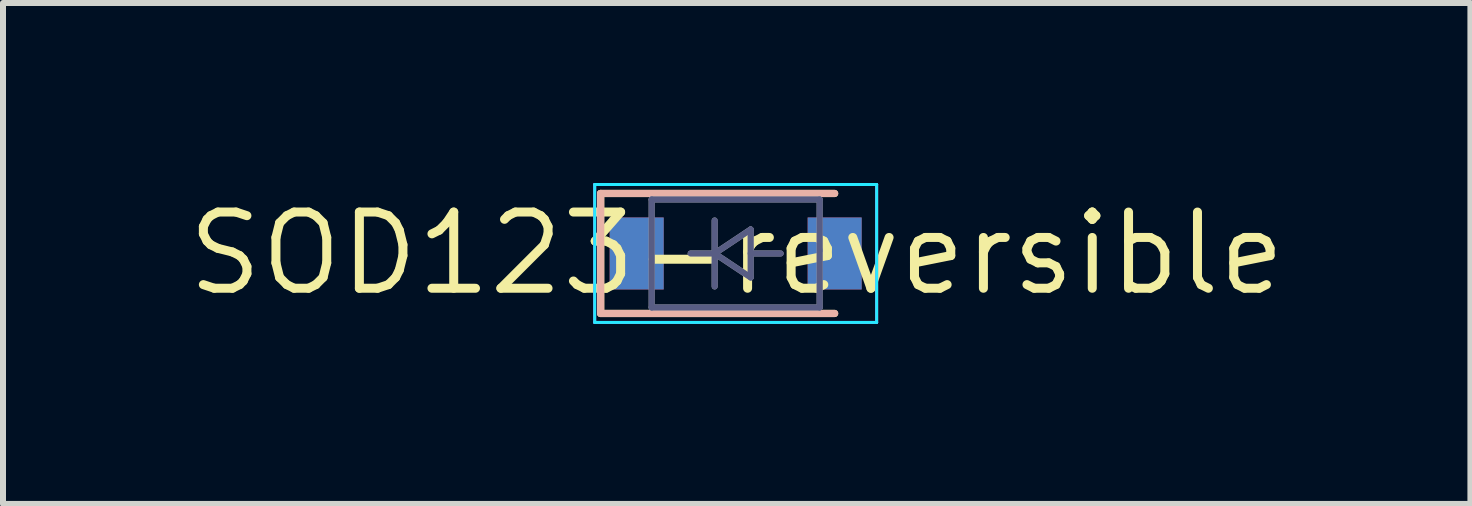
<source format=kicad_pcb>
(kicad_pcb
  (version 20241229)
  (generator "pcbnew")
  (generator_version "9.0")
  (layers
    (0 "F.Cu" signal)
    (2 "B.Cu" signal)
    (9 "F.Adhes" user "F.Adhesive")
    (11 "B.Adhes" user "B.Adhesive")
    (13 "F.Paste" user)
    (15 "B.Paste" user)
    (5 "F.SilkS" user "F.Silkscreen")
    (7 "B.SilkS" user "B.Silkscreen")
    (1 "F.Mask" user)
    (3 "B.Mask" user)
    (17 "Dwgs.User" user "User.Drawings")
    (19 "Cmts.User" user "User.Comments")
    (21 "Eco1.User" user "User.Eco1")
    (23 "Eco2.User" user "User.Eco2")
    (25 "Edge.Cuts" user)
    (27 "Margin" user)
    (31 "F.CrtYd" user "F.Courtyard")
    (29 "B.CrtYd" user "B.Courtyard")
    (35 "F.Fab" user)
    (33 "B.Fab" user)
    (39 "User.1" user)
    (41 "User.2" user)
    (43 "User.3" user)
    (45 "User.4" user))
  (footprint "SOD123-reversible"
    (layer "F.Cu")
    (at 9.23 1.175)
    (property "Reference" "SOD123-reversible" (at 0 0 0) (layer "F.SilkS") (effects (font (size 1.27 1.27) (thickness 0.15))))
    (attr through_hole)
    (fp_line (start -2.268 -1) (end -2.268 1) (stroke (width 0.12) (type solid)) (layer "F.SilkS"))
    (fp_line (start -2.268 -1) (end 1.632 -1) (stroke (width 0.12) (type solid)) (layer "F.SilkS"))
    (fp_line (start -2.268 1) (end 1.632 1) (stroke (width 0.12) (type solid)) (layer "F.SilkS"))
    (fp_line (start -2.267 -1) (end 1.633 -1) (stroke (width 0.12) (type solid)) (layer "B.SilkS"))
    (fp_line (start -2.267 1) (end -2.267 -1) (stroke (width 0.12) (type solid)) (layer "B.SilkS"))
    (fp_line (start -2.267 1) (end 1.633 1) (stroke (width 0.12) (type solid)) (layer "B.SilkS"))
    (fp_line (start -2.367 1.15) (end -2.367 -1.15) (stroke (width 0.05) (type solid)) (layer "B.CrtYd"))
    (fp_line (start -2.367 1.15) (end 2.333 1.15) (stroke (width 0.05) (type solid)) (layer "B.CrtYd"))
    (fp_line (start 2.333 -1.15) (end -2.367 -1.15) (stroke (width 0.05) (type solid)) (layer "B.CrtYd"))
    (fp_line (start 2.333 1.15) (end 2.333 -1.15) (stroke (width 0.05) (type solid)) (layer "B.CrtYd"))
    (fp_line (start -2.368 -1.15) (end -2.368 1.15) (stroke (width 0.05) (type solid)) (layer "F.CrtYd"))
    (fp_line (start -2.368 -1.15) (end 2.332 -1.15) (stroke (width 0.05) (type solid)) (layer "F.CrtYd"))
    (fp_line (start 2.332 -1.15) (end 2.332 1.15) (stroke (width 0.05) (type solid)) (layer "F.CrtYd"))
    (fp_line (start 2.332 1.15) (end -2.368 1.15) (stroke (width 0.05) (type solid)) (layer "F.CrtYd"))
    (fp_line (start -1.417 -0.9) (end -1.417 0.9) (stroke (width 0.1) (type solid)) (layer "B.Fab"))
    (fp_line (start -1.417 0.9) (end 1.383 0.9) (stroke (width 0.1) (type solid)) (layer "B.Fab"))
    (fp_line (start -0.767 0) (end -0.367 0) (stroke (width 0.1) (type solid)) (layer "B.Fab"))
    (fp_line (start -0.367 0) (end -0.367 -0.55) (stroke (width 0.1) (type solid)) (layer "B.Fab"))
    (fp_line (start -0.367 0) (end -0.367 0.55) (stroke (width 0.1) (type solid)) (layer "B.Fab"))
    (fp_line (start -0.367 0) (end 0.233 0.4) (stroke (width 0.1) (type solid)) (layer "B.Fab"))
    (fp_line (start 0.233 -0.4) (end -0.367 0) (stroke (width 0.1) (type solid)) (layer "B.Fab"))
    (fp_line (start 0.233 0) (end 0.733 0) (stroke (width 0.1) (type solid)) (layer "B.Fab"))
    (fp_line (start 0.233 0.4) (end 0.233 -0.4) (stroke (width 0.1) (type solid)) (layer "B.Fab"))
    (fp_line (start 1.383 -0.9) (end -1.417 -0.9) (stroke (width 0.1) (type solid)) (layer "B.Fab"))
    (fp_line (start 1.383 0.9) (end 1.383 -0.9) (stroke (width 0.1) (type solid)) (layer "B.Fab"))
    (fp_line (start -1.418 -0.9) (end 1.382 -0.9) (stroke (width 0.1) (type solid)) (layer "F.Fab"))
    (fp_line (start -1.418 0.9) (end -1.418 -0.9) (stroke (width 0.1) (type solid)) (layer "F.Fab"))
    (fp_line (start -0.768 0.000182) (end -0.368 0.000182) (stroke (width 0.1) (type solid)) (layer "F.Fab"))
    (fp_line (start -0.368 0.000182) (end -0.368 -0.55) (stroke (width 0.1) (type solid)) (layer "F.Fab"))
    (fp_line (start -0.368 0.000182) (end -0.368 0.55) (stroke (width 0.1) (type solid)) (layer "F.Fab"))
    (fp_line (start -0.368 0.000182) (end 0.232 -0.4) (stroke (width 0.1) (type solid)) (layer "F.Fab"))
    (fp_line (start 0.232 -0.4) (end 0.232 0.4) (stroke (width 0.1) (type solid)) (layer "F.Fab"))
    (fp_line (start 0.232 0.000182) (end 0.732 0.000182) (stroke (width 0.1) (type solid)) (layer "F.Fab"))
    (fp_line (start 0.232 0.4) (end -0.368 0.000182) (stroke (width 0.1) (type solid)) (layer "F.Fab"))
    (fp_line (start 1.382 -0.9) (end 1.382 0.9) (stroke (width 0.1) (type solid)) (layer "F.Fab"))
    (fp_line (start 1.382 0.9) (end -1.418 0.9) (stroke (width 0.1) (type solid)) (layer "F.Fab"))
    (pad "1" smd rect (at -1.668 0.000182) (size 0.9 1.2) (layers "F.Cu" "F.Mask" "F.Paste"))
    (pad "1" smd rect (at -1.667 0 180) (size 0.9 1.2) (layers "B.Cu" "B.Mask" "B.Paste"))
    (pad "2" smd rect (at 1.632 0.000182) (size 0.9 1.2) (layers "F.Cu" "F.Mask" "F.Paste"))
    (pad "2" smd rect (at 1.633 0 180) (size 0.9 1.2) (layers "B.Cu" "B.Mask" "B.Paste")))
  (gr_rect
    (start -3 -3)
    (end 21.46 5.35)
    (stroke (width 0.1) (type default))
    (fill no)
    (layer "Edge.Cuts")))
</source>
